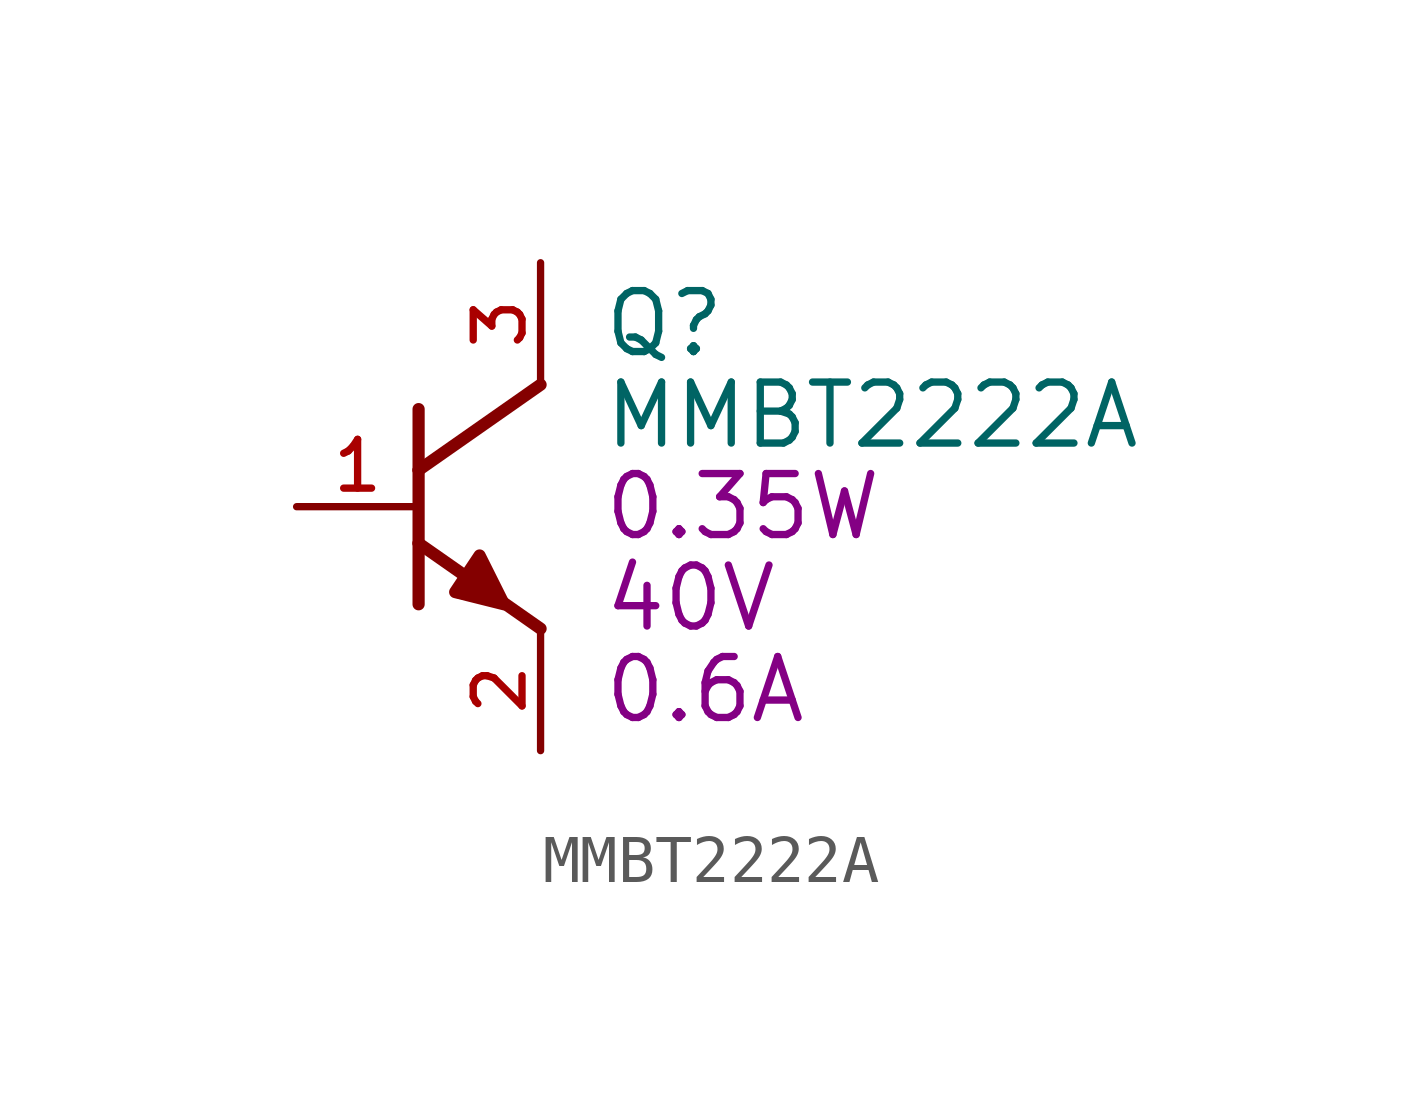
<source format=kicad_sym>
(kicad_symbol_lib
  (version 20231120)
  (generator "kicad_symbol_editor")
  (generator_version "8.0")
  (symbol "MMBT2222A"
    (pin_names
      (offset 1.016))
    (property "Reference" "Q"
      (at 3.81 3.81 0)
      (effects (font (size 1.27 1.27)) (justify left)))
    (property "Value" "MMBT2222A"
      (at 3.81 1.905 0)
      (effects (font (size 1.27 1.27)) (justify left)))
    (property "VCE_MAX" "40V"
      (at 3.81 -1.905 0)
      (effects (font (size 1.27 1.27)) (justify left)))
    (property "IC_MAX" "0.6A"
      (at 3.81 -3.81 0)
      (effects (font (size 1.27 1.27)) (justify left)))
    (property "POWER" "0.35W"
      (at 3.81 0 0)
      (effects (font (size 1.27 1.27)) (justify left)))
    (symbol "MMBT2222A_0_0"
      (polyline (pts (xy 0 -0.762) (xy 0 -2.032)) (stroke (width 0.254) (type default)) (fill (type none)))
      (polyline (pts (xy 0 -0.762) (xy 2.54 -2.54)) (stroke (width 0.254) (type default)) (fill (type none)))
      (polyline (pts (xy 0 0.762) (xy 0 -0.762)) (stroke (width 0.254) (type default)) (fill (type none)))
      (polyline (pts (xy 0 2.032) (xy 0 0.762)) (stroke (width 0.254) (type default)) (fill (type none)))
      (polyline (pts (xy 2.54 2.54) (xy 0 0.762)) (stroke (width 0.254) (type default)) (fill (type none)))
      (pin input line (at -2.54 0 0) (length 2.54) (name "~" (effects (font (size 1.016 1.016)))) (number "1" (effects (font (size 1.016 1.016)))))
      (pin output line (at 2.54 -5.08 90) (length 2.54) (name "~" (effects (font (size 1.016 1.016)))) (number "2" (effects (font (size 1.016 1.016)))))
      (pin input line (at 2.54 5.08 270) (length 2.54) (name "~" (effects (font (size 1.016 1.016)))) (number "3" (effects (font (size 1.016 1.016))))))
    (symbol "MMBT2222A_1_1"
      (polyline (pts (xy 1.778 -2.032) (xy 1.27 -1.016) (xy 0.762 -1.778) (xy 1.778 -2.032)) (stroke (width 0.254) (type solid)) (fill (type outline))))))
</source>
